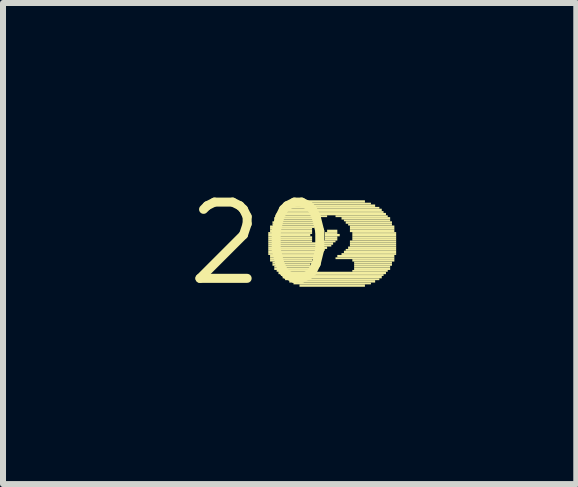
<source format=kicad_pcb>
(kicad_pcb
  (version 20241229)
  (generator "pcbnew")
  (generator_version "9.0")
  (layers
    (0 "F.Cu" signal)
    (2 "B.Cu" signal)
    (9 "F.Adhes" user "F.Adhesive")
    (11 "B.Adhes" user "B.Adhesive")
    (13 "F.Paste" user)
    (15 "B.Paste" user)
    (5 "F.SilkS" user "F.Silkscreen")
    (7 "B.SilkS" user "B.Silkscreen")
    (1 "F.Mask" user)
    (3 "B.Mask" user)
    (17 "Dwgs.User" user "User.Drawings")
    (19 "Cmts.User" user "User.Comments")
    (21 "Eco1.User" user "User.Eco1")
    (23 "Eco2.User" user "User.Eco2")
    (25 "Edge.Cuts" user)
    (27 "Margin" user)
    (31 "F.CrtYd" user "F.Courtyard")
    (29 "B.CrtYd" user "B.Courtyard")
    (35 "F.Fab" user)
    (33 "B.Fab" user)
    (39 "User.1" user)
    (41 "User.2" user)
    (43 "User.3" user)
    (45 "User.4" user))
  (footprint "20"
    (layer "F.Cu")
    (at 1.308 1.006)
    (property "Reference" "20" (at 0 0 0) (layer "F.SilkS") (effects (font (size 1.27 1.27) (thickness 0.15))))
    (fp_poly (pts (xy 0.11 -0.16) (xy 0.84 -0.16) (xy 0.84 -0.19) (xy 0.11 -0.19)) (stroke (width 0) (type solid)) (fill yes) (layer "F.SilkS"))
    (fp_poly (pts (xy 0.11 -0.12) (xy 0.81 -0.12) (xy 0.81 -0.16) (xy 0.11 -0.16)) (stroke (width 0) (type solid)) (fill yes) (layer "F.SilkS"))
    (fp_poly (pts (xy 0.11 -0.09) (xy 0.84 -0.09) (xy 0.84 -0.12) (xy 0.11 -0.12)) (stroke (width 0) (type solid)) (fill yes) (layer "F.SilkS"))
    (fp_poly (pts (xy 0.11 -0.05) (xy 0.84 -0.05) (xy 0.84 -0.09) (xy 0.11 -0.09)) (stroke (width 0) (type solid)) (fill yes) (layer "F.SilkS"))
    (fp_poly (pts (xy 0.11 -0.02) (xy 0.84 -0.02) (xy 0.84 -0.05) (xy 0.11 -0.05)) (stroke (width 0) (type solid)) (fill yes) (layer "F.SilkS"))
    (fp_poly (pts (xy 0.11 0.02) (xy 1.19 0.02) (xy 1.19 -0.02) (xy 0.11 -0.02)) (stroke (width 0) (type solid)) (fill yes) (layer "F.SilkS"))
    (fp_poly (pts (xy 0.11 0.05) (xy 1.16 0.05) (xy 1.16 0.02) (xy 0.11 0.02)) (stroke (width 0) (type solid)) (fill yes) (layer "F.SilkS"))
    (fp_poly (pts (xy 0.11 0.09) (xy 1.09 0.09) (xy 1.09 0.05) (xy 0.11 0.05)) (stroke (width 0) (type solid)) (fill yes) (layer "F.SilkS"))
    (fp_poly (pts (xy 0.11 0.12) (xy 1.05 0.12) (xy 1.05 0.09) (xy 0.11 0.09)) (stroke (width 0) (type solid)) (fill yes) (layer "F.SilkS"))
    (fp_poly (pts (xy 0.11 0.16) (xy 0.98 0.16) (xy 0.98 0.12) (xy 0.11 0.12)) (stroke (width 0) (type solid)) (fill yes) (layer "F.SilkS"))
    (fp_poly (pts (xy 0.11 0.19) (xy 0.95 0.19) (xy 0.95 0.16) (xy 0.11 0.16)) (stroke (width 0) (type solid)) (fill yes) (layer "F.SilkS"))
    (fp_poly (pts (xy 0.14 -0.26) (xy 0.88 -0.26) (xy 0.88 -0.3) (xy 0.14 -0.3)) (stroke (width 0) (type solid)) (fill yes) (layer "F.SilkS"))
    (fp_poly (pts (xy 0.14 -0.23) (xy 0.84 -0.23) (xy 0.84 -0.26) (xy 0.14 -0.26)) (stroke (width 0) (type solid)) (fill yes) (layer "F.SilkS"))
    (fp_poly (pts (xy 0.14 -0.19) (xy 0.84 -0.19) (xy 0.84 -0.23) (xy 0.14 -0.23)) (stroke (width 0) (type solid)) (fill yes) (layer "F.SilkS"))
    (fp_poly (pts (xy 0.14 0.23) (xy 0.91 0.23) (xy 0.91 0.19) (xy 0.14 0.19)) (stroke (width 0) (type solid)) (fill yes) (layer "F.SilkS"))
    (fp_poly (pts (xy 0.14 0.26) (xy 0.88 0.26) (xy 0.88 0.23) (xy 0.14 0.23)) (stroke (width 0) (type solid)) (fill yes) (layer "F.SilkS"))
    (fp_poly (pts (xy 0.14 0.3) (xy 0.84 0.3) (xy 0.84 0.26) (xy 0.14 0.26)) (stroke (width 0) (type solid)) (fill yes) (layer "F.SilkS"))
    (fp_poly (pts (xy 0.18 -0.33) (xy 0.91 -0.33) (xy 0.91 -0.37) (xy 0.18 -0.37)) (stroke (width 0) (type solid)) (fill yes) (layer "F.SilkS"))
    (fp_poly (pts (xy 0.18 -0.3) (xy 0.88 -0.3) (xy 0.88 -0.33) (xy 0.18 -0.33)) (stroke (width 0) (type solid)) (fill yes) (layer "F.SilkS"))
    (fp_poly (pts (xy 0.18 0.33) (xy 0.84 0.33) (xy 0.84 0.3) (xy 0.18 0.3)) (stroke (width 0) (type solid)) (fill yes) (layer "F.SilkS"))
    (fp_poly (pts (xy 0.18 0.37) (xy 0.81 0.37) (xy 0.81 0.33) (xy 0.18 0.33)) (stroke (width 0) (type solid)) (fill yes) (layer "F.SilkS"))
    (fp_poly (pts (xy 0.21 -0.4) (xy 0.98 -0.4) (xy 0.98 -0.44) (xy 0.21 -0.44)) (stroke (width 0) (type solid)) (fill yes) (layer "F.SilkS"))
    (fp_poly (pts (xy 0.21 -0.37) (xy 0.95 -0.37) (xy 0.95 -0.4) (xy 0.21 -0.4)) (stroke (width 0) (type solid)) (fill yes) (layer "F.SilkS"))
    (fp_poly (pts (xy 0.21 0.4) (xy 0.84 0.4) (xy 0.84 0.37) (xy 0.21 0.37)) (stroke (width 0) (type solid)) (fill yes) (layer "F.SilkS"))
    (fp_poly (pts (xy 0.21 0.44) (xy 0.84 0.44) (xy 0.84 0.4) (xy 0.21 0.4)) (stroke (width 0) (type solid)) (fill yes) (layer "F.SilkS"))
    (fp_poly (pts (xy 0.25 -0.44) (xy 1.09 -0.44) (xy 1.09 -0.47) (xy 0.25 -0.47)) (stroke (width 0) (type solid)) (fill yes) (layer "F.SilkS"))
    (fp_poly (pts (xy 0.25 0.47) (xy 0.88 0.47) (xy 0.88 0.44) (xy 0.25 0.44)) (stroke (width 0) (type solid)) (fill yes) (layer "F.SilkS"))
    (fp_poly (pts (xy 0.28 -0.47) (xy 2.07 -0.47) (xy 2.07 -0.51) (xy 0.28 -0.51)) (stroke (width 0) (type solid)) (fill yes) (layer "F.SilkS"))
    (fp_poly (pts (xy 0.28 0.51) (xy 2.07 0.51) (xy 2.07 0.47) (xy 0.28 0.47)) (stroke (width 0) (type solid)) (fill yes) (layer "F.SilkS"))
    (fp_poly (pts (xy 0.32 -0.51) (xy 2.03 -0.51) (xy 2.03 -0.54) (xy 0.32 -0.54)) (stroke (width 0) (type solid)) (fill yes) (layer "F.SilkS"))
    (fp_poly (pts (xy 0.32 0.54) (xy 2.03 0.54) (xy 2.03 0.51) (xy 0.32 0.51)) (stroke (width 0) (type solid)) (fill yes) (layer "F.SilkS"))
    (fp_poly (pts (xy 0.35 -0.54) (xy 2 -0.54) (xy 2 -0.58) (xy 0.35 -0.58)) (stroke (width 0) (type solid)) (fill yes) (layer "F.SilkS"))
    (fp_poly (pts (xy 0.35 0.58) (xy 2 0.58) (xy 2 0.54) (xy 0.35 0.54)) (stroke (width 0) (type solid)) (fill yes) (layer "F.SilkS"))
    (fp_poly (pts (xy 0.39 -0.58) (xy 1.96 -0.58) (xy 1.96 -0.61) (xy 0.39 -0.61)) (stroke (width 0) (type solid)) (fill yes) (layer "F.SilkS"))
    (fp_poly (pts (xy 0.39 0.61) (xy 1.96 0.61) (xy 1.96 0.58) (xy 0.39 0.58)) (stroke (width 0) (type solid)) (fill yes) (layer "F.SilkS"))
    (fp_poly (pts (xy 0.46 -0.61) (xy 1.89 -0.61) (xy 1.89 -0.65) (xy 0.46 -0.65)) (stroke (width 0) (type solid)) (fill yes) (layer "F.SilkS"))
    (fp_poly (pts (xy 0.46 0.65) (xy 1.89 0.65) (xy 1.89 0.61) (xy 0.46 0.61)) (stroke (width 0) (type solid)) (fill yes) (layer "F.SilkS"))
    (fp_poly (pts (xy 0.53 -0.65) (xy 1.82 -0.65) (xy 1.82 -0.68) (xy 0.53 -0.68)) (stroke (width 0) (type solid)) (fill yes) (layer "F.SilkS"))
    (fp_poly (pts (xy 0.53 0.68) (xy 1.82 0.68) (xy 1.82 0.65) (xy 0.53 0.65)) (stroke (width 0) (type solid)) (fill yes) (layer "F.SilkS"))
    (fp_poly (pts (xy 0.63 -0.68) (xy 1.72 -0.68) (xy 1.72 -0.72) (xy 0.63 -0.72)) (stroke (width 0) (type solid)) (fill yes) (layer "F.SilkS"))
    (fp_poly (pts (xy 0.63 0.72) (xy 1.72 0.72) (xy 1.72 0.68) (xy 0.63 0.68)) (stroke (width 0) (type solid)) (fill yes) (layer "F.SilkS"))
    (fp_poly (pts (xy 1.02 -0.02) (xy 1.23 -0.02) (xy 1.23 -0.05) (xy 1.02 -0.05)) (stroke (width 0) (type solid)) (fill yes) (layer "F.SilkS"))
    (fp_poly (pts (xy 1.05 -0.16) (xy 1.26 -0.16) (xy 1.26 -0.19) (xy 1.05 -0.19)) (stroke (width 0) (type solid)) (fill yes) (layer "F.SilkS"))
    (fp_poly (pts (xy 1.05 -0.12) (xy 1.3 -0.12) (xy 1.3 -0.16) (xy 1.05 -0.16)) (stroke (width 0) (type solid)) (fill yes) (layer "F.SilkS"))
    (fp_poly (pts (xy 1.05 -0.09) (xy 1.26 -0.09) (xy 1.26 -0.12) (xy 1.05 -0.12)) (stroke (width 0) (type solid)) (fill yes) (layer "F.SilkS"))
    (fp_poly (pts (xy 1.05 -0.05) (xy 1.26 -0.05) (xy 1.26 -0.09) (xy 1.05 -0.09)) (stroke (width 0) (type solid)) (fill yes) (layer "F.SilkS"))
    (fp_poly (pts (xy 1.09 -0.19) (xy 1.26 -0.19) (xy 1.26 -0.23) (xy 1.09 -0.23)) (stroke (width 0) (type solid)) (fill yes) (layer "F.SilkS"))
    (fp_poly (pts (xy 1.23 -0.44) (xy 2.1 -0.44) (xy 2.1 -0.47) (xy 1.23 -0.47)) (stroke (width 0) (type solid)) (fill yes) (layer "F.SilkS"))
    (fp_poly (pts (xy 1.23 0.26) (xy 2.21 0.26) (xy 2.21 0.23) (xy 1.23 0.23)) (stroke (width 0) (type solid)) (fill yes) (layer "F.SilkS"))
    (fp_poly (pts (xy 1.26 0.23) (xy 2.21 0.23) (xy 2.21 0.19) (xy 1.26 0.19)) (stroke (width 0) (type solid)) (fill yes) (layer "F.SilkS"))
    (fp_poly (pts (xy 1.33 -0.4) (xy 2.14 -0.4) (xy 2.14 -0.44) (xy 1.33 -0.44)) (stroke (width 0) (type solid)) (fill yes) (layer "F.SilkS"))
    (fp_poly (pts (xy 1.33 0.19) (xy 2.24 0.19) (xy 2.24 0.16) (xy 1.33 0.16)) (stroke (width 0) (type solid)) (fill yes) (layer "F.SilkS"))
    (fp_poly (pts (xy 1.37 -0.37) (xy 2.14 -0.37) (xy 2.14 -0.4) (xy 1.37 -0.4)) (stroke (width 0) (type solid)) (fill yes) (layer "F.SilkS"))
    (fp_poly (pts (xy 1.37 0.16) (xy 2.24 0.16) (xy 2.24 0.12) (xy 1.37 0.12)) (stroke (width 0) (type solid)) (fill yes) (layer "F.SilkS"))
    (fp_poly (pts (xy 1.4 -0.33) (xy 2.17 -0.33) (xy 2.17 -0.37) (xy 1.4 -0.37)) (stroke (width 0) (type solid)) (fill yes) (layer "F.SilkS"))
    (fp_poly (pts (xy 1.4 0.12) (xy 2.24 0.12) (xy 2.24 0.09) (xy 1.4 0.09)) (stroke (width 0) (type solid)) (fill yes) (layer "F.SilkS"))
    (fp_poly (pts (xy 1.44 -0.3) (xy 2.17 -0.3) (xy 2.17 -0.33) (xy 1.44 -0.33)) (stroke (width 0) (type solid)) (fill yes) (layer "F.SilkS"))
    (fp_poly (pts (xy 1.44 0.09) (xy 2.24 0.09) (xy 2.24 0.05) (xy 1.44 0.05)) (stroke (width 0) (type solid)) (fill yes) (layer "F.SilkS"))
    (fp_poly (pts (xy 1.47 -0.26) (xy 2.21 -0.26) (xy 2.21 -0.3) (xy 1.47 -0.3)) (stroke (width 0) (type solid)) (fill yes) (layer "F.SilkS"))
    (fp_poly (pts (xy 1.47 -0.23) (xy 2.21 -0.23) (xy 2.21 -0.26) (xy 1.47 -0.26)) (stroke (width 0) (type solid)) (fill yes) (layer "F.SilkS"))
    (fp_poly (pts (xy 1.47 -0.19) (xy 2.21 -0.19) (xy 2.21 -0.23) (xy 1.47 -0.23)) (stroke (width 0) (type solid)) (fill yes) (layer "F.SilkS"))
    (fp_poly (pts (xy 1.47 -0.02) (xy 2.24 -0.02) (xy 2.24 -0.05) (xy 1.47 -0.05)) (stroke (width 0) (type solid)) (fill yes) (layer "F.SilkS"))
    (fp_poly (pts (xy 1.47 0.02) (xy 2.24 0.02) (xy 2.24 -0.02) (xy 1.47 -0.02)) (stroke (width 0) (type solid)) (fill yes) (layer "F.SilkS"))
    (fp_poly (pts (xy 1.47 0.05) (xy 2.24 0.05) (xy 2.24 0.02) (xy 1.47 0.02)) (stroke (width 0) (type solid)) (fill yes) (layer "F.SilkS"))
    (fp_poly (pts (xy 1.51 -0.16) (xy 2.24 -0.16) (xy 2.24 -0.19) (xy 1.51 -0.19)) (stroke (width 0) (type solid)) (fill yes) (layer "F.SilkS"))
    (fp_poly (pts (xy 1.51 -0.12) (xy 2.24 -0.12) (xy 2.24 -0.16) (xy 1.51 -0.16)) (stroke (width 0) (type solid)) (fill yes) (layer "F.SilkS"))
    (fp_poly (pts (xy 1.51 -0.09) (xy 2.24 -0.09) (xy 2.24 -0.12) (xy 1.51 -0.12)) (stroke (width 0) (type solid)) (fill yes) (layer "F.SilkS"))
    (fp_poly (pts (xy 1.51 -0.05) (xy 2.24 -0.05) (xy 2.24 -0.09) (xy 1.51 -0.09)) (stroke (width 0) (type solid)) (fill yes) (layer "F.SilkS"))
    (fp_poly (pts (xy 1.51 0.3) (xy 2.21 0.3) (xy 2.21 0.26) (xy 1.51 0.26)) (stroke (width 0) (type solid)) (fill yes) (layer "F.SilkS"))
    (fp_poly (pts (xy 1.51 0.47) (xy 2.1 0.47) (xy 2.1 0.44) (xy 1.51 0.44)) (stroke (width 0) (type solid)) (fill yes) (layer "F.SilkS"))
    (fp_poly (pts (xy 1.54 0.33) (xy 2.17 0.33) (xy 2.17 0.3) (xy 1.54 0.3)) (stroke (width 0) (type solid)) (fill yes) (layer "F.SilkS"))
    (fp_poly (pts (xy 1.54 0.37) (xy 2.17 0.37) (xy 2.17 0.33) (xy 1.54 0.33)) (stroke (width 0) (type solid)) (fill yes) (layer "F.SilkS"))
    (fp_poly (pts (xy 1.54 0.4) (xy 2.14 0.4) (xy 2.14 0.37) (xy 1.54 0.37)) (stroke (width 0) (type solid)) (fill yes) (layer "F.SilkS"))
    (fp_poly (pts (xy 1.54 0.44) (xy 2.14 0.44) (xy 2.14 0.4) (xy 1.54 0.4)) (stroke (width 0) (type solid)) (fill yes) (layer "F.SilkS")))
  (gr_rect
    (start -3 -3)
    (end 6.548 5.012)
    (stroke (width 0.1) (type default))
    (fill no)
    (layer "Edge.Cuts")))
</source>
